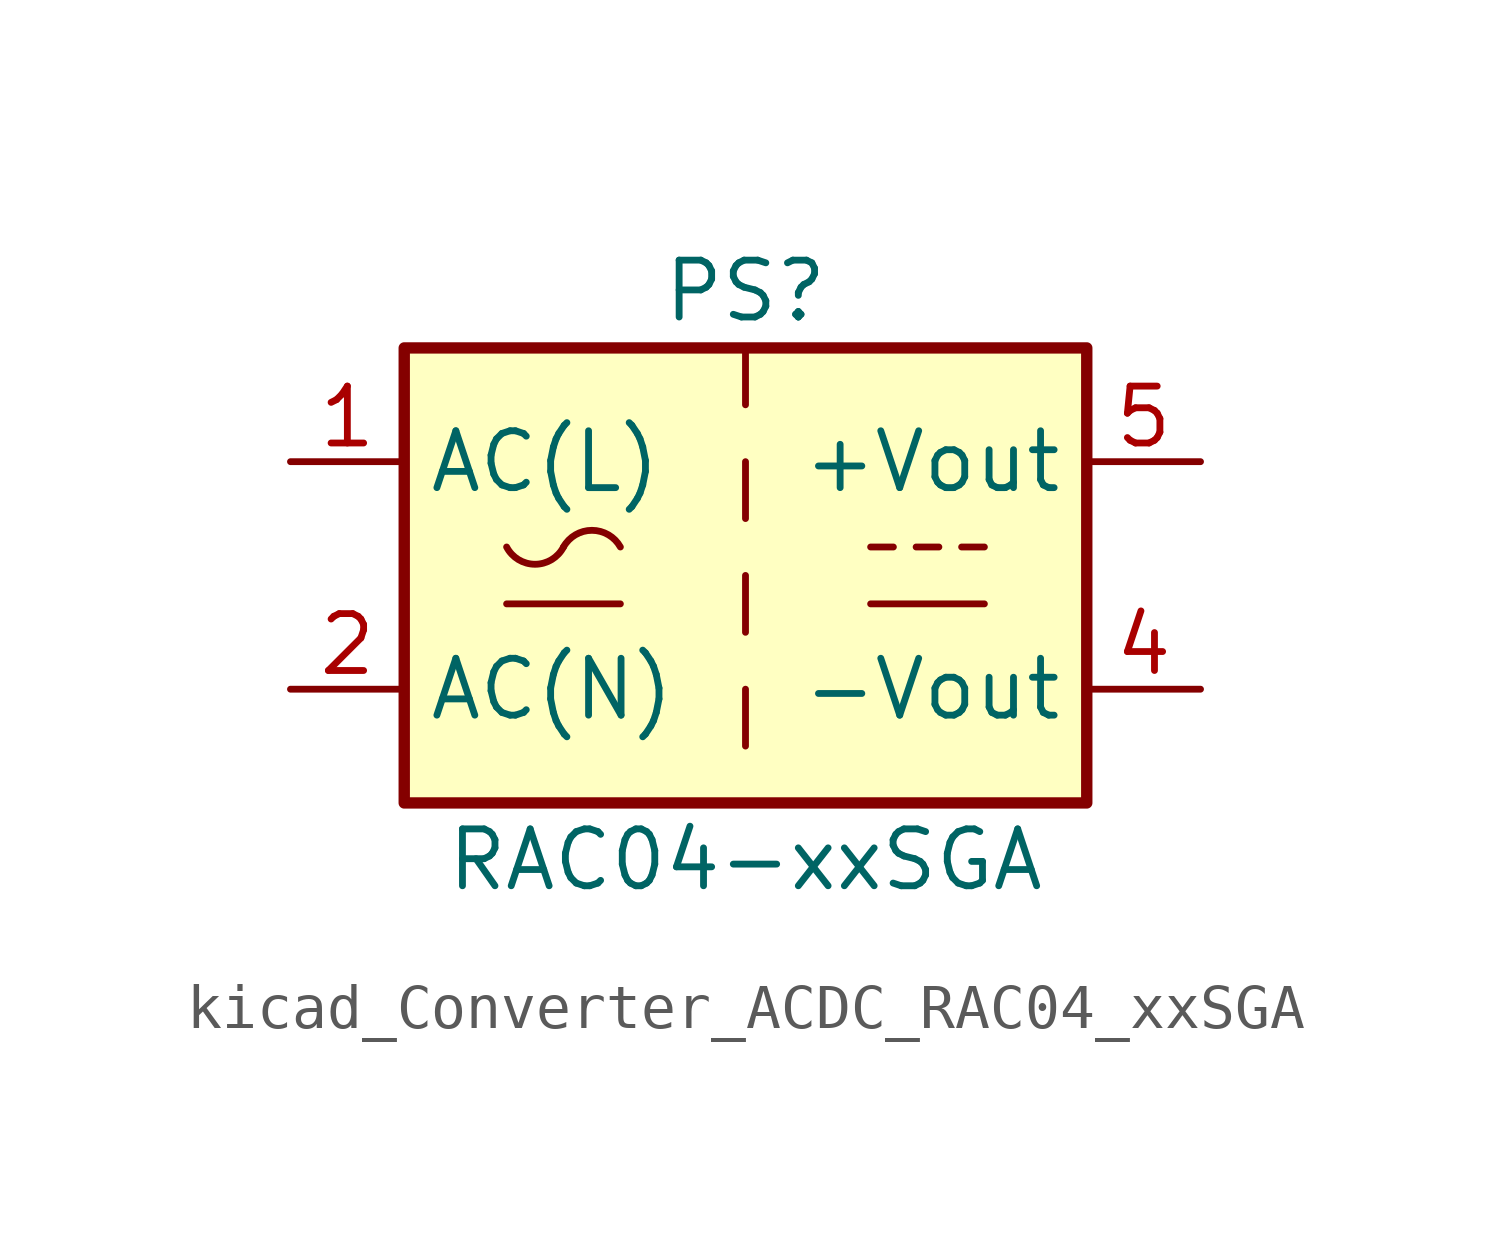
<source format=kicad_sym>
(kicad_symbol_lib
  (version 20220914)
  (generator kicad_symbol_editor)
  (symbol "kicad_Converter_ACDC_RAC04_xxSGA"
    (property "Reference" "PS"
      (at 0 6.35 0)
      (effects (font (size 1.27 1.27))))
    (property "Value" "RAC04-xxSGA"
      (at 0 -6.35 0)
      (effects (font (size 1.27 1.27))))
    (symbol "kicad_Converter_ACDC_RAC04_xxSGA_1_1"
      (rectangle (start -7.62 5.08) (end 7.62 -5.08) (stroke (width 0.254) (type default)) (fill (type background)))
      (arc (start -5.334 0.635) (mid -4.699 0.2495) (end -4.064 0.635) (stroke (width 0) (type default)) (fill (type none)))
      (arc (start -2.794 0.635) (mid -3.429 1.0072) (end -4.064 0.635) (stroke (width 0) (type default)) (fill (type none)))
      (polyline (pts (xy -5.334 -0.635) (xy -2.794 -0.635)) (stroke (width 0) (type default)) (fill (type none)))
      (polyline (pts (xy 0 -2.54) (xy 0 -3.81)) (stroke (width 0) (type default)) (fill (type none)))
      (polyline (pts (xy 0 0) (xy 0 -1.27)) (stroke (width 0) (type default)) (fill (type none)))
      (polyline (pts (xy 0 2.54) (xy 0 1.27)) (stroke (width 0) (type default)) (fill (type none)))
      (polyline (pts (xy 0 5.08) (xy 0 3.81)) (stroke (width 0) (type default)) (fill (type none)))
      (polyline (pts (xy 2.794 -0.635) (xy 5.334 -0.635)) (stroke (width 0) (type default)) (fill (type none)))
      (polyline (pts (xy 2.794 0.635) (xy 3.302 0.635)) (stroke (width 0) (type default)) (fill (type none)))
      (polyline (pts (xy 3.81 0.635) (xy 4.318 0.635)) (stroke (width 0) (type default)) (fill (type none)))
      (polyline (pts (xy 4.826 0.635) (xy 5.334 0.635)) (stroke (width 0) (type default)) (fill (type none)))
      (pin power_in line (at -10.16 2.54 0) (length 2.54) (name "AC(L)" (effects (font (size 1.27 1.27)))) (number "1" (effects (font (size 1.27 1.27)))))
      (pin power_in line (at -10.16 -2.54 0) (length 2.54) (name "AC(N)" (effects (font (size 1.27 1.27)))) (number "2" (effects (font (size 1.27 1.27)))))
      (pin no_connect line (at 7.62 0 180) (length 2.54) hide (name "NC" (effects (font (size 1.27 1.27)))) (number "3" (effects (font (size 1.27 1.27)))))
      (pin power_out line (at 10.16 -2.54 180) (length 2.54) (name "-Vout" (effects (font (size 1.27 1.27)))) (number "4" (effects (font (size 1.27 1.27)))))
      (pin power_out line (at 10.16 2.54 180) (length 2.54) (name "+Vout" (effects (font (size 1.27 1.27)))) (number "5" (effects (font (size 1.27 1.27))))))))
</source>
